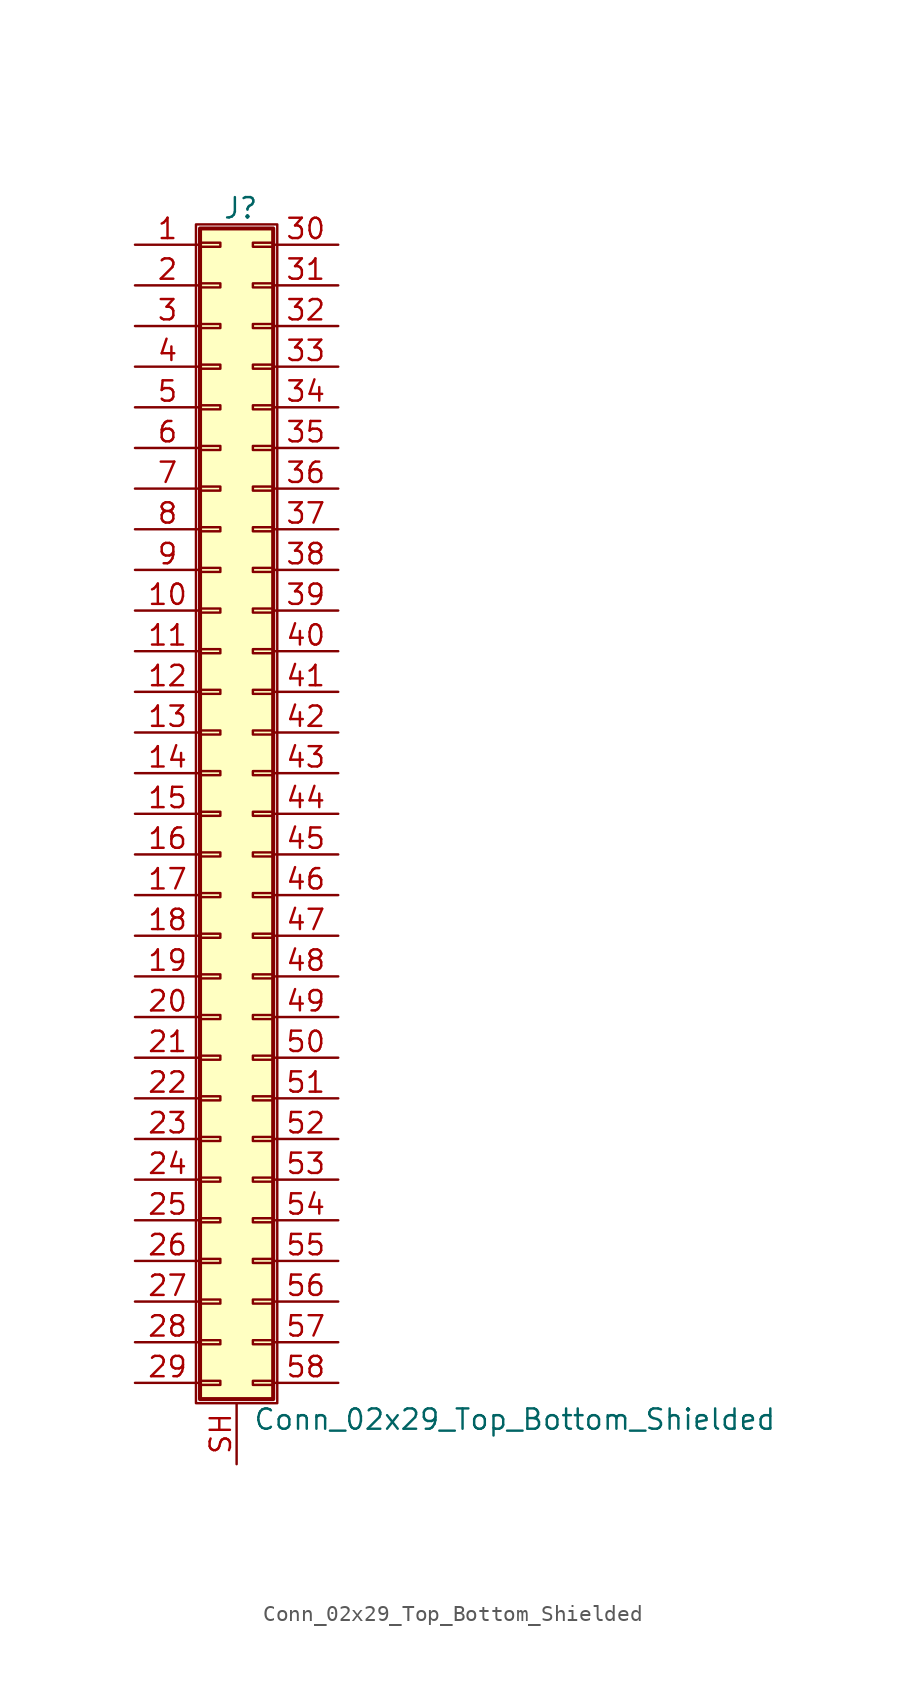
<source format=kicad_sym>
(kicad_symbol_lib
  (version 20220914)
  (generator kicad_symbol_editor)
  (symbol "Conn_02x29_Top_Bottom_Shielded"
    (pin_names
      (offset 1.016) hide)
    (property "Reference" "J"
      (at 1.524 37.846 0)
      (effects (font (size 1.27 1.27))))
    (property "Value" "Conn_02x29_Top_Bottom_Shielded"
      (at 2.286 -37.846 0)
      (effects (font (size 1.27 1.27)) (justify left)))
    (symbol "Conn_02x29_Top_Bottom_Shielded_1_1"
      (rectangle (start -1.27 36.83) (end 3.81 -36.83) (stroke (width 0.152) (type default)) (fill (type none)))
      (rectangle (start -1.016 -35.433) (end 0.254 -35.687) (stroke (width 0.152) (type default)) (fill (type none)))
      (rectangle (start -1.016 -32.893) (end 0.254 -33.147) (stroke (width 0.152) (type default)) (fill (type none)))
      (rectangle (start -1.016 -30.353) (end 0.254 -30.607) (stroke (width 0.152) (type default)) (fill (type none)))
      (rectangle (start -1.016 -27.813) (end 0.254 -28.067) (stroke (width 0.152) (type default)) (fill (type none)))
      (rectangle (start -1.016 -25.273) (end 0.254 -25.527) (stroke (width 0.152) (type default)) (fill (type none)))
      (rectangle (start -1.016 -22.733) (end 0.254 -22.987) (stroke (width 0.152) (type default)) (fill (type none)))
      (rectangle (start -1.016 -20.193) (end 0.254 -20.447) (stroke (width 0.152) (type default)) (fill (type none)))
      (rectangle (start -1.016 -17.653) (end 0.254 -17.907) (stroke (width 0.152) (type default)) (fill (type none)))
      (rectangle (start -1.016 -15.113) (end 0.254 -15.367) (stroke (width 0.152) (type default)) (fill (type none)))
      (rectangle (start -1.016 -12.573) (end 0.254 -12.827) (stroke (width 0.152) (type default)) (fill (type none)))
      (rectangle (start -1.016 -10.033) (end 0.254 -10.287) (stroke (width 0.152) (type default)) (fill (type none)))
      (rectangle (start -1.016 -7.493) (end 0.254 -7.747) (stroke (width 0.152) (type default)) (fill (type none)))
      (rectangle (start -1.016 -4.953) (end 0.254 -5.207) (stroke (width 0.152) (type default)) (fill (type none)))
      (rectangle (start -1.016 -2.413) (end 0.254 -2.667) (stroke (width 0.152) (type default)) (fill (type none)))
      (rectangle (start -1.016 0.127) (end 0.254 -0.127) (stroke (width 0.152) (type default)) (fill (type none)))
      (rectangle (start -1.016 2.667) (end 0.254 2.413) (stroke (width 0.152) (type default)) (fill (type none)))
      (rectangle (start -1.016 5.207) (end 0.254 4.953) (stroke (width 0.152) (type default)) (fill (type none)))
      (rectangle (start -1.016 7.747) (end 0.254 7.493) (stroke (width 0.152) (type default)) (fill (type none)))
      (rectangle (start -1.016 10.287) (end 0.254 10.033) (stroke (width 0.152) (type default)) (fill (type none)))
      (rectangle (start -1.016 12.827) (end 0.254 12.573) (stroke (width 0.152) (type default)) (fill (type none)))
      (rectangle (start -1.016 15.367) (end 0.254 15.113) (stroke (width 0.152) (type default)) (fill (type none)))
      (rectangle (start -1.016 17.907) (end 0.254 17.653) (stroke (width 0.152) (type default)) (fill (type none)))
      (rectangle (start -1.016 20.447) (end 0.254 20.193) (stroke (width 0.152) (type default)) (fill (type none)))
      (rectangle (start -1.016 22.987) (end 0.254 22.733) (stroke (width 0.152) (type default)) (fill (type none)))
      (rectangle (start -1.016 25.527) (end 0.254 25.273) (stroke (width 0.152) (type default)) (fill (type none)))
      (rectangle (start -1.016 28.067) (end 0.254 27.813) (stroke (width 0.152) (type default)) (fill (type none)))
      (rectangle (start -1.016 30.607) (end 0.254 30.353) (stroke (width 0.152) (type default)) (fill (type none)))
      (rectangle (start -1.016 33.147) (end 0.254 32.893) (stroke (width 0.152) (type default)) (fill (type none)))
      (rectangle (start -1.016 35.687) (end 0.254 35.433) (stroke (width 0.152) (type default)) (fill (type none)))
      (rectangle (start -1.016 36.576) (end 3.556 -36.576) (stroke (width 0.254) (type default)) (fill (type background)))
      (rectangle (start 3.556 -35.433) (end 2.286 -35.687) (stroke (width 0.152) (type default)) (fill (type none)))
      (rectangle (start 3.556 -32.893) (end 2.286 -33.147) (stroke (width 0.152) (type default)) (fill (type none)))
      (rectangle (start 3.556 -30.353) (end 2.286 -30.607) (stroke (width 0.152) (type default)) (fill (type none)))
      (rectangle (start 3.556 -27.813) (end 2.286 -28.067) (stroke (width 0.152) (type default)) (fill (type none)))
      (rectangle (start 3.556 -25.273) (end 2.286 -25.527) (stroke (width 0.152) (type default)) (fill (type none)))
      (rectangle (start 3.556 -22.733) (end 2.286 -22.987) (stroke (width 0.152) (type default)) (fill (type none)))
      (rectangle (start 3.556 -20.193) (end 2.286 -20.447) (stroke (width 0.152) (type default)) (fill (type none)))
      (rectangle (start 3.556 -17.653) (end 2.286 -17.907) (stroke (width 0.152) (type default)) (fill (type none)))
      (rectangle (start 3.556 -15.113) (end 2.286 -15.367) (stroke (width 0.152) (type default)) (fill (type none)))
      (rectangle (start 3.556 -12.573) (end 2.286 -12.827) (stroke (width 0.152) (type default)) (fill (type none)))
      (rectangle (start 3.556 -10.033) (end 2.286 -10.287) (stroke (width 0.152) (type default)) (fill (type none)))
      (rectangle (start 3.556 -7.493) (end 2.286 -7.747) (stroke (width 0.152) (type default)) (fill (type none)))
      (rectangle (start 3.556 -4.953) (end 2.286 -5.207) (stroke (width 0.152) (type default)) (fill (type none)))
      (rectangle (start 3.556 -2.413) (end 2.286 -2.667) (stroke (width 0.152) (type default)) (fill (type none)))
      (rectangle (start 3.556 0.127) (end 2.286 -0.127) (stroke (width 0.152) (type default)) (fill (type none)))
      (rectangle (start 3.556 2.667) (end 2.286 2.413) (stroke (width 0.152) (type default)) (fill (type none)))
      (rectangle (start 3.556 5.207) (end 2.286 4.953) (stroke (width 0.152) (type default)) (fill (type none)))
      (rectangle (start 3.556 7.747) (end 2.286 7.493) (stroke (width 0.152) (type default)) (fill (type none)))
      (rectangle (start 3.556 10.287) (end 2.286 10.033) (stroke (width 0.152) (type default)) (fill (type none)))
      (rectangle (start 3.556 12.827) (end 2.286 12.573) (stroke (width 0.152) (type default)) (fill (type none)))
      (rectangle (start 3.556 15.367) (end 2.286 15.113) (stroke (width 0.152) (type default)) (fill (type none)))
      (rectangle (start 3.556 17.907) (end 2.286 17.653) (stroke (width 0.152) (type default)) (fill (type none)))
      (rectangle (start 3.556 20.447) (end 2.286 20.193) (stroke (width 0.152) (type default)) (fill (type none)))
      (rectangle (start 3.556 22.987) (end 2.286 22.733) (stroke (width 0.152) (type default)) (fill (type none)))
      (rectangle (start 3.556 25.527) (end 2.286 25.273) (stroke (width 0.152) (type default)) (fill (type none)))
      (rectangle (start 3.556 28.067) (end 2.286 27.813) (stroke (width 0.152) (type default)) (fill (type none)))
      (rectangle (start 3.556 30.607) (end 2.286 30.353) (stroke (width 0.152) (type default)) (fill (type none)))
      (rectangle (start 3.556 33.147) (end 2.286 32.893) (stroke (width 0.152) (type default)) (fill (type none)))
      (rectangle (start 3.556 35.687) (end 2.286 35.433) (stroke (width 0.152) (type default)) (fill (type none)))
      (pin passive line (at -5.08 35.56 0) (length 4.064) (name "Pin_1" (effects (font (size 1.27 1.27)))) (number "1" (effects (font (size 1.27 1.27)))))
      (pin passive line (at -5.08 12.7 0) (length 4.064) (name "Pin_10" (effects (font (size 1.27 1.27)))) (number "10" (effects (font (size 1.27 1.27)))))
      (pin passive line (at -5.08 10.16 0) (length 4.064) (name "Pin_11" (effects (font (size 1.27 1.27)))) (number "11" (effects (font (size 1.27 1.27)))))
      (pin passive line (at -5.08 7.62 0) (length 4.064) (name "Pin_12" (effects (font (size 1.27 1.27)))) (number "12" (effects (font (size 1.27 1.27)))))
      (pin passive line (at -5.08 5.08 0) (length 4.064) (name "Pin_13" (effects (font (size 1.27 1.27)))) (number "13" (effects (font (size 1.27 1.27)))))
      (pin passive line (at -5.08 2.54 0) (length 4.064) (name "Pin_14" (effects (font (size 1.27 1.27)))) (number "14" (effects (font (size 1.27 1.27)))))
      (pin passive line (at -5.08 0 0) (length 4.064) (name "Pin_15" (effects (font (size 1.27 1.27)))) (number "15" (effects (font (size 1.27 1.27)))))
      (pin passive line (at -5.08 -2.54 0) (length 4.064) (name "Pin_16" (effects (font (size 1.27 1.27)))) (number "16" (effects (font (size 1.27 1.27)))))
      (pin passive line (at -5.08 -5.08 0) (length 4.064) (name "Pin_17" (effects (font (size 1.27 1.27)))) (number "17" (effects (font (size 1.27 1.27)))))
      (pin passive line (at -5.08 -7.62 0) (length 4.064) (name "Pin_18" (effects (font (size 1.27 1.27)))) (number "18" (effects (font (size 1.27 1.27)))))
      (pin passive line (at -5.08 -10.16 0) (length 4.064) (name "Pin_19" (effects (font (size 1.27 1.27)))) (number "19" (effects (font (size 1.27 1.27)))))
      (pin passive line (at -5.08 33.02 0) (length 4.064) (name "Pin_2" (effects (font (size 1.27 1.27)))) (number "2" (effects (font (size 1.27 1.27)))))
      (pin passive line (at -5.08 -12.7 0) (length 4.064) (name "Pin_20" (effects (font (size 1.27 1.27)))) (number "20" (effects (font (size 1.27 1.27)))))
      (pin passive line (at -5.08 -15.24 0) (length 4.064) (name "Pin_21" (effects (font (size 1.27 1.27)))) (number "21" (effects (font (size 1.27 1.27)))))
      (pin passive line (at -5.08 -17.78 0) (length 4.064) (name "Pin_22" (effects (font (size 1.27 1.27)))) (number "22" (effects (font (size 1.27 1.27)))))
      (pin passive line (at -5.08 -20.32 0) (length 4.064) (name "Pin_23" (effects (font (size 1.27 1.27)))) (number "23" (effects (font (size 1.27 1.27)))))
      (pin passive line (at -5.08 -22.86 0) (length 4.064) (name "Pin_24" (effects (font (size 1.27 1.27)))) (number "24" (effects (font (size 1.27 1.27)))))
      (pin passive line (at -5.08 -25.4 0) (length 4.064) (name "Pin_25" (effects (font (size 1.27 1.27)))) (number "25" (effects (font (size 1.27 1.27)))))
      (pin passive line (at -5.08 -27.94 0) (length 4.064) (name "Pin_26" (effects (font (size 1.27 1.27)))) (number "26" (effects (font (size 1.27 1.27)))))
      (pin passive line (at -5.08 -30.48 0) (length 4.064) (name "Pin_27" (effects (font (size 1.27 1.27)))) (number "27" (effects (font (size 1.27 1.27)))))
      (pin passive line (at -5.08 -33.02 0) (length 4.064) (name "Pin_28" (effects (font (size 1.27 1.27)))) (number "28" (effects (font (size 1.27 1.27)))))
      (pin passive line (at -5.08 -35.56 0) (length 4.064) (name "Pin_29" (effects (font (size 1.27 1.27)))) (number "29" (effects (font (size 1.27 1.27)))))
      (pin passive line (at -5.08 30.48 0) (length 4.064) (name "Pin_3" (effects (font (size 1.27 1.27)))) (number "3" (effects (font (size 1.27 1.27)))))
      (pin passive line (at 7.62 35.56 180) (length 4.064) (name "Pin_30" (effects (font (size 1.27 1.27)))) (number "30" (effects (font (size 1.27 1.27)))))
      (pin passive line (at 7.62 33.02 180) (length 4.064) (name "Pin_31" (effects (font (size 1.27 1.27)))) (number "31" (effects (font (size 1.27 1.27)))))
      (pin passive line (at 7.62 30.48 180) (length 4.064) (name "Pin_32" (effects (font (size 1.27 1.27)))) (number "32" (effects (font (size 1.27 1.27)))))
      (pin passive line (at 7.62 27.94 180) (length 4.064) (name "Pin_33" (effects (font (size 1.27 1.27)))) (number "33" (effects (font (size 1.27 1.27)))))
      (pin passive line (at 7.62 25.4 180) (length 4.064) (name "Pin_34" (effects (font (size 1.27 1.27)))) (number "34" (effects (font (size 1.27 1.27)))))
      (pin passive line (at 7.62 22.86 180) (length 4.064) (name "Pin_35" (effects (font (size 1.27 1.27)))) (number "35" (effects (font (size 1.27 1.27)))))
      (pin passive line (at 7.62 20.32 180) (length 4.064) (name "Pin_36" (effects (font (size 1.27 1.27)))) (number "36" (effects (font (size 1.27 1.27)))))
      (pin passive line (at 7.62 17.78 180) (length 4.064) (name "Pin_37" (effects (font (size 1.27 1.27)))) (number "37" (effects (font (size 1.27 1.27)))))
      (pin passive line (at 7.62 15.24 180) (length 4.064) (name "Pin_38" (effects (font (size 1.27 1.27)))) (number "38" (effects (font (size 1.27 1.27)))))
      (pin passive line (at 7.62 12.7 180) (length 4.064) (name "Pin_39" (effects (font (size 1.27 1.27)))) (number "39" (effects (font (size 1.27 1.27)))))
      (pin passive line (at -5.08 27.94 0) (length 4.064) (name "Pin_4" (effects (font (size 1.27 1.27)))) (number "4" (effects (font (size 1.27 1.27)))))
      (pin passive line (at 7.62 10.16 180) (length 4.064) (name "Pin_40" (effects (font (size 1.27 1.27)))) (number "40" (effects (font (size 1.27 1.27)))))
      (pin passive line (at 7.62 7.62 180) (length 4.064) (name "Pin_41" (effects (font (size 1.27 1.27)))) (number "41" (effects (font (size 1.27 1.27)))))
      (pin passive line (at 7.62 5.08 180) (length 4.064) (name "Pin_42" (effects (font (size 1.27 1.27)))) (number "42" (effects (font (size 1.27 1.27)))))
      (pin passive line (at 7.62 2.54 180) (length 4.064) (name "Pin_43" (effects (font (size 1.27 1.27)))) (number "43" (effects (font (size 1.27 1.27)))))
      (pin passive line (at 7.62 0 180) (length 4.064) (name "Pin_44" (effects (font (size 1.27 1.27)))) (number "44" (effects (font (size 1.27 1.27)))))
      (pin passive line (at 7.62 -2.54 180) (length 4.064) (name "Pin_45" (effects (font (size 1.27 1.27)))) (number "45" (effects (font (size 1.27 1.27)))))
      (pin passive line (at 7.62 -5.08 180) (length 4.064) (name "Pin_46" (effects (font (size 1.27 1.27)))) (number "46" (effects (font (size 1.27 1.27)))))
      (pin passive line (at 7.62 -7.62 180) (length 4.064) (name "Pin_47" (effects (font (size 1.27 1.27)))) (number "47" (effects (font (size 1.27 1.27)))))
      (pin passive line (at 7.62 -10.16 180) (length 4.064) (name "Pin_48" (effects (font (size 1.27 1.27)))) (number "48" (effects (font (size 1.27 1.27)))))
      (pin passive line (at 7.62 -12.7 180) (length 4.064) (name "Pin_49" (effects (font (size 1.27 1.27)))) (number "49" (effects (font (size 1.27 1.27)))))
      (pin passive line (at -5.08 25.4 0) (length 4.064) (name "Pin_5" (effects (font (size 1.27 1.27)))) (number "5" (effects (font (size 1.27 1.27)))))
      (pin passive line (at 7.62 -15.24 180) (length 4.064) (name "Pin_50" (effects (font (size 1.27 1.27)))) (number "50" (effects (font (size 1.27 1.27)))))
      (pin passive line (at 7.62 -17.78 180) (length 4.064) (name "Pin_51" (effects (font (size 1.27 1.27)))) (number "51" (effects (font (size 1.27 1.27)))))
      (pin passive line (at 7.62 -20.32 180) (length 4.064) (name "Pin_52" (effects (font (size 1.27 1.27)))) (number "52" (effects (font (size 1.27 1.27)))))
      (pin passive line (at 7.62 -22.86 180) (length 4.064) (name "Pin_53" (effects (font (size 1.27 1.27)))) (number "53" (effects (font (size 1.27 1.27)))))
      (pin passive line (at 7.62 -25.4 180) (length 4.064) (name "Pin_54" (effects (font (size 1.27 1.27)))) (number "54" (effects (font (size 1.27 1.27)))))
      (pin passive line (at 7.62 -27.94 180) (length 4.064) (name "Pin_55" (effects (font (size 1.27 1.27)))) (number "55" (effects (font (size 1.27 1.27)))))
      (pin passive line (at 7.62 -30.48 180) (length 4.064) (name "Pin_56" (effects (font (size 1.27 1.27)))) (number "56" (effects (font (size 1.27 1.27)))))
      (pin passive line (at 7.62 -33.02 180) (length 4.064) (name "Pin_57" (effects (font (size 1.27 1.27)))) (number "57" (effects (font (size 1.27 1.27)))))
      (pin passive line (at 7.62 -35.56 180) (length 4.064) (name "Pin_58" (effects (font (size 1.27 1.27)))) (number "58" (effects (font (size 1.27 1.27)))))
      (pin passive line (at -5.08 22.86 0) (length 4.064) (name "Pin_6" (effects (font (size 1.27 1.27)))) (number "6" (effects (font (size 1.27 1.27)))))
      (pin passive line (at -5.08 20.32 0) (length 4.064) (name "Pin_7" (effects (font (size 1.27 1.27)))) (number "7" (effects (font (size 1.27 1.27)))))
      (pin passive line (at -5.08 17.78 0) (length 4.064) (name "Pin_8" (effects (font (size 1.27 1.27)))) (number "8" (effects (font (size 1.27 1.27)))))
      (pin passive line (at -5.08 15.24 0) (length 4.064) (name "Pin_9" (effects (font (size 1.27 1.27)))) (number "9" (effects (font (size 1.27 1.27)))))
      (pin passive line (at 1.27 -40.64 90) (length 3.81) (name "Shield" (effects (font (size 1.27 1.27)))) (number "SH" (effects (font (size 1.27 1.27))))))))
</source>
